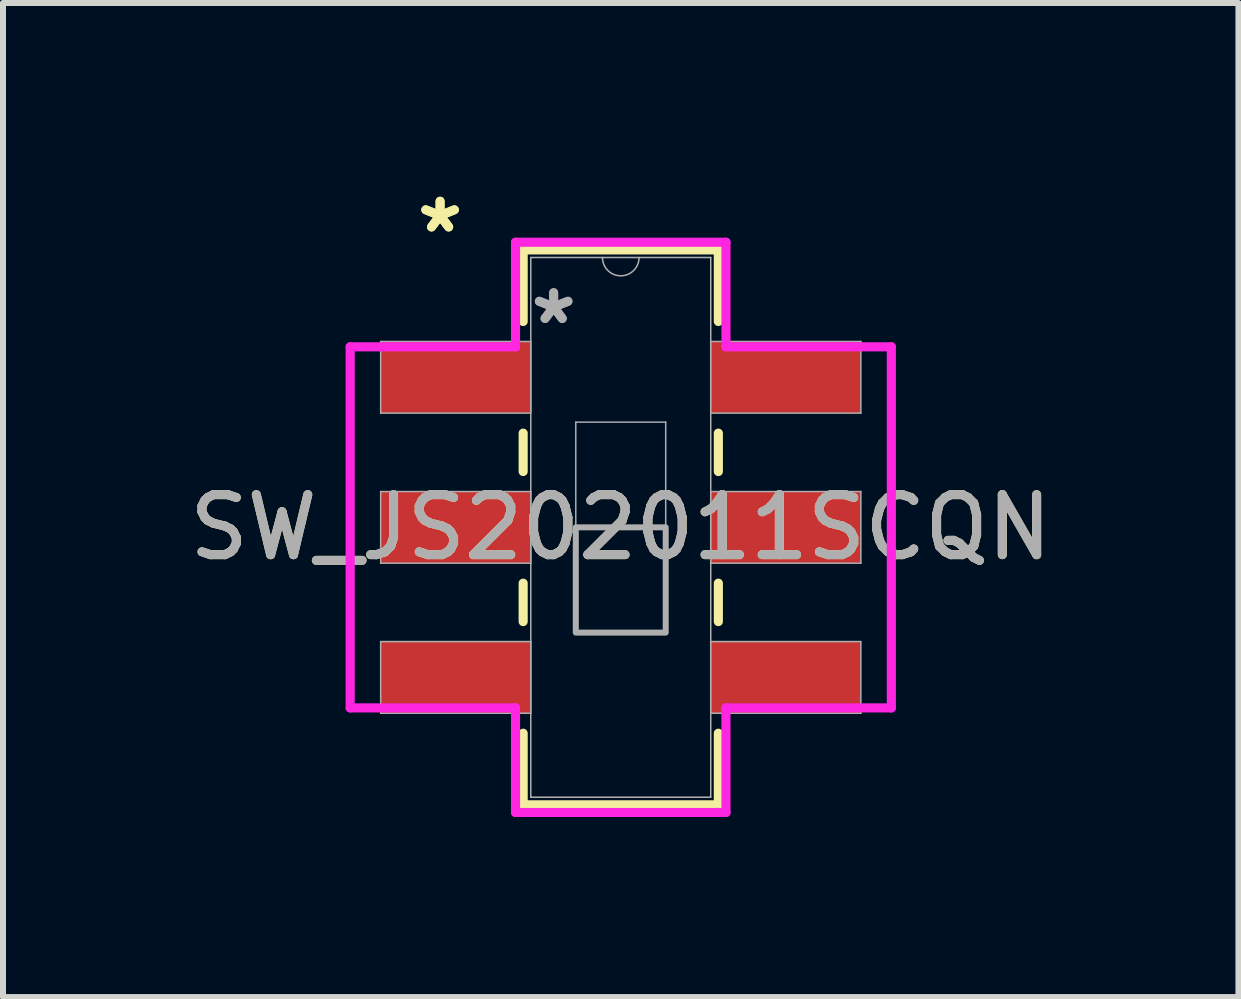
<source format=kicad_pcb>
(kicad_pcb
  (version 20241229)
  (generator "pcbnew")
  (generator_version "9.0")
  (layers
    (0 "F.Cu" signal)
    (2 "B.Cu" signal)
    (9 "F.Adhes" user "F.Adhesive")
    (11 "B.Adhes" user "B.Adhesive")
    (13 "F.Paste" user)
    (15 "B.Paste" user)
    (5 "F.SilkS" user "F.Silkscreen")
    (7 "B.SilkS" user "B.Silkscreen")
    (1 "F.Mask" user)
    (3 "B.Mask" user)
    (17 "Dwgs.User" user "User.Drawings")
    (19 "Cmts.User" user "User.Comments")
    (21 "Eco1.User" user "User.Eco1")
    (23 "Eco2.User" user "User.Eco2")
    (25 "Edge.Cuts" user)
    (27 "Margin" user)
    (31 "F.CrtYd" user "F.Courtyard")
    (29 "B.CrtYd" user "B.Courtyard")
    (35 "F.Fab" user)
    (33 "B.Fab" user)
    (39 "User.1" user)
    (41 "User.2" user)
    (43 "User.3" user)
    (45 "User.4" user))
  (footprint "SW_JS202011SCQN"
    (layer "F.Cu")
    (at 7.292 5.736)
    (property "Reference" "SW_JS202011SCQN" (at 0 0 0) (unlocked yes) (layer "F.SilkS") (effects (font (size 1 1) (thickness 0.15))))
    (attr smd)
    (fp_line (start -1.626 -4.623) (end -1.626 -3.43) (stroke (width 0.152) (type solid)) (layer "F.SilkS"))
    (fp_line (start -1.626 -1.57) (end -1.626 -0.93) (stroke (width 0.152) (type solid)) (layer "F.SilkS"))
    (fp_line (start -1.626 0.93) (end -1.626 1.57) (stroke (width 0.152) (type solid)) (layer "F.SilkS"))
    (fp_line (start -1.626 3.43) (end -1.626 4.623) (stroke (width 0.152) (type solid)) (layer "F.SilkS"))
    (fp_line (start -1.626 4.623) (end 1.626 4.623) (stroke (width 0.152) (type solid)) (layer "F.SilkS"))
    (fp_line (start 1.626 -4.623) (end -1.626 -4.623) (stroke (width 0.152) (type solid)) (layer "F.SilkS"))
    (fp_line (start 1.626 -3.43) (end 1.626 -4.623) (stroke (width 0.152) (type solid)) (layer "F.SilkS"))
    (fp_line (start 1.626 -0.93) (end 1.626 -1.57) (stroke (width 0.152) (type solid)) (layer "F.SilkS"))
    (fp_line (start 1.626 1.57) (end 1.626 0.93) (stroke (width 0.152) (type solid)) (layer "F.SilkS"))
    (fp_line (start 1.626 4.623) (end 1.626 3.43) (stroke (width 0.152) (type solid)) (layer "F.SilkS"))
    (fp_line (start -4.508 -3.008) (end -1.753 -3.008) (stroke (width 0.152) (type solid)) (layer "F.CrtYd"))
    (fp_line (start -4.508 3.008) (end -4.508 -3.008) (stroke (width 0.152) (type solid)) (layer "F.CrtYd"))
    (fp_line (start -1.753 -4.75) (end 1.753 -4.75) (stroke (width 0.152) (type solid)) (layer "F.CrtYd"))
    (fp_line (start -1.753 -3.008) (end -1.753 -4.75) (stroke (width 0.152) (type solid)) (layer "F.CrtYd"))
    (fp_line (start -1.753 3.008) (end -4.508 3.008) (stroke (width 0.152) (type solid)) (layer "F.CrtYd"))
    (fp_line (start -1.753 4.75) (end -1.753 3.008) (stroke (width 0.152) (type solid)) (layer "F.CrtYd"))
    (fp_line (start 1.753 -4.75) (end 1.753 -3.008) (stroke (width 0.152) (type solid)) (layer "F.CrtYd"))
    (fp_line (start 1.753 -3.008) (end 4.508 -3.008) (stroke (width 0.152) (type solid)) (layer "F.CrtYd"))
    (fp_line (start 1.753 3.008) (end 1.753 4.75) (stroke (width 0.152) (type solid)) (layer "F.CrtYd"))
    (fp_line (start 1.753 4.75) (end -1.753 4.75) (stroke (width 0.152) (type solid)) (layer "F.CrtYd"))
    (fp_line (start 4.508 -3.008) (end 4.508 3.008) (stroke (width 0.152) (type solid)) (layer "F.CrtYd"))
    (fp_line (start 4.508 3.008) (end 1.753 3.008) (stroke (width 0.152) (type solid)) (layer "F.CrtYd"))
    (fp_line (start -4 -3.097) (end -4 -1.903) (stroke (width 0.025) (type solid)) (layer "F.Fab"))
    (fp_line (start -4 -1.903) (end -1.499 -1.903) (stroke (width 0.025) (type solid)) (layer "F.Fab"))
    (fp_line (start -4 -0.597) (end -4 0.597) (stroke (width 0.025) (type solid)) (layer "F.Fab"))
    (fp_line (start -4 0.597) (end -1.499 0.597) (stroke (width 0.025) (type solid)) (layer "F.Fab"))
    (fp_line (start -4 1.903) (end -4 3.097) (stroke (width 0.025) (type solid)) (layer "F.Fab"))
    (fp_line (start -4 3.097) (end -1.499 3.097) (stroke (width 0.025) (type solid)) (layer "F.Fab"))
    (fp_line (start -1.499 -4.496) (end -1.499 4.496) (stroke (width 0.025) (type solid)) (layer "F.Fab"))
    (fp_line (start -1.499 -3.097) (end -4 -3.097) (stroke (width 0.025) (type solid)) (layer "F.Fab"))
    (fp_line (start -1.499 -1.903) (end -1.499 -3.097) (stroke (width 0.025) (type solid)) (layer "F.Fab"))
    (fp_line (start -1.499 -0.597) (end -4 -0.597) (stroke (width 0.025) (type solid)) (layer "F.Fab"))
    (fp_line (start -1.499 0.597) (end -1.499 -0.597) (stroke (width 0.025) (type solid)) (layer "F.Fab"))
    (fp_line (start -1.499 1.903) (end -4 1.903) (stroke (width 0.025) (type solid)) (layer "F.Fab"))
    (fp_line (start -1.499 3.097) (end -1.499 1.903) (stroke (width 0.025) (type solid)) (layer "F.Fab"))
    (fp_line (start -1.499 4.496) (end 1.499 4.496) (stroke (width 0.025) (type solid)) (layer "F.Fab"))
    (fp_line (start -0.749 -1.753) (end 0.749 -1.753) (stroke (width 0.025) (type solid)) (layer "F.Fab"))
    (fp_line (start -0.749 1.753) (end -0.749 -1.753) (stroke (width 0.025) (type solid)) (layer "F.Fab"))
    (fp_line (start 0.749 -1.753) (end 0.749 1.753) (stroke (width 0.025) (type solid)) (layer "F.Fab"))
    (fp_line (start 0.749 1.753) (end -0.749 1.753) (stroke (width 0.025) (type solid)) (layer "F.Fab"))
    (fp_line (start 1.499 -4.496) (end -1.499 -4.496) (stroke (width 0.025) (type solid)) (layer "F.Fab"))
    (fp_line (start 1.499 -3.097) (end 1.499 -1.903) (stroke (width 0.025) (type solid)) (layer "F.Fab"))
    (fp_line (start 1.499 -1.903) (end 4 -1.903) (stroke (width 0.025) (type solid)) (layer "F.Fab"))
    (fp_line (start 1.499 -0.597) (end 1.499 0.597) (stroke (width 0.025) (type solid)) (layer "F.Fab"))
    (fp_line (start 1.499 0.597) (end 4 0.597) (stroke (width 0.025) (type solid)) (layer "F.Fab"))
    (fp_line (start 1.499 1.903) (end 1.499 3.097) (stroke (width 0.025) (type solid)) (layer "F.Fab"))
    (fp_line (start 1.499 3.097) (end 4 3.097) (stroke (width 0.025) (type solid)) (layer "F.Fab"))
    (fp_line (start 1.499 4.496) (end 1.499 -4.496) (stroke (width 0.025) (type solid)) (layer "F.Fab"))
    (fp_line (start 4 -3.097) (end 1.499 -3.097) (stroke (width 0.025) (type solid)) (layer "F.Fab"))
    (fp_line (start 4 -1.903) (end 4 -3.097) (stroke (width 0.025) (type solid)) (layer "F.Fab"))
    (fp_line (start 4 -0.597) (end 1.499 -0.597) (stroke (width 0.025) (type solid)) (layer "F.Fab"))
    (fp_line (start 4 0.597) (end 4 -0.597) (stroke (width 0.025) (type solid)) (layer "F.Fab"))
    (fp_line (start 4 1.903) (end 1.499 1.903) (stroke (width 0.025) (type solid)) (layer "F.Fab"))
    (fp_line (start 4 3.097) (end 4 1.903) (stroke (width 0.025) (type solid)) (layer "F.Fab"))
    (fp_arc (start 0.3048 -4.4958) (mid 0 -4.191) (end -0.3048 -4.4958) (stroke (width 0.0254) (type solid)) (layer "F.Fab"))
    (fp_poly (pts (xy -0.749 1.753) (xy -0.749 0) (xy 0.749 0) (xy 0.749 1.753)) (stroke (width 0.1) (type solid)) (fill no) (layer "F.Fab"))
    (fp_text user "*" (at -3.01 -4.888 0) (layer "F.SilkS") (effects (font (size 1 1) (thickness 0.15))))
    (fp_text user "*" (at -3.01 -4.888 0) (unlocked yes) (layer "F.SilkS") (effects (font (size 1 1) (thickness 0.15))))
    (fp_text user "*" (at -1.118 -3.364 0) (layer "F.Fab") (effects (font (size 1 1) (thickness 0.15))))
    (fp_text user "*" (at -1.118 -3.364 0) (unlocked yes) (layer "F.Fab") (effects (font (size 1 1) (thickness 0.15))))
    (fp_text user "${REFERENCE}" (at 0 0 0) (unlocked yes) (layer "F.Fab") (effects (font (size 1 1) (thickness 0.15))))
    (pad "1" smd rect (at -2.756 -2.5) (size 2.489 1.194) (layers "F.Cu" "F.Mask" "F.Paste"))
    (pad "2" smd rect (at -2.756 0) (size 2.489 1.194) (layers "F.Cu" "F.Mask" "F.Paste"))
    (pad "3" smd rect (at -2.756 2.5) (size 2.489 1.194) (layers "F.Cu" "F.Mask" "F.Paste"))
    (pad "4" smd rect (at 2.756 2.5) (size 2.489 1.194) (layers "F.Cu" "F.Mask" "F.Paste"))
    (pad "5" smd rect (at 2.756 0) (size 2.489 1.194) (layers "F.Cu" "F.Mask" "F.Paste"))
    (pad "6" smd rect (at 2.756 -2.5) (size 2.489 1.194) (layers "F.Cu" "F.Mask" "F.Paste")))
  (gr_rect
    (start -3 -3)
    (end 17.583 13.562)
    (stroke (width 0.1) (type default))
    (fill no)
    (layer "Edge.Cuts")))
</source>
